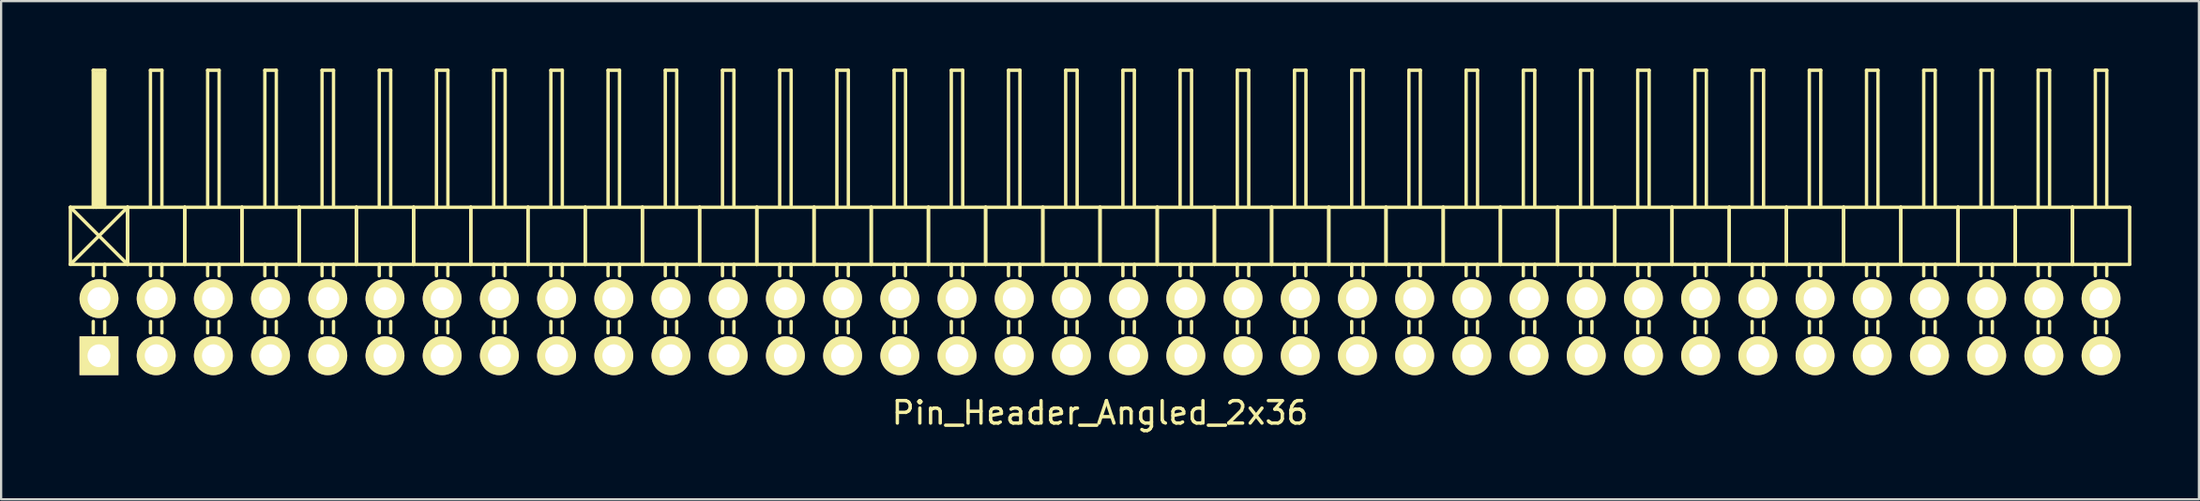
<source format=kicad_pcb>
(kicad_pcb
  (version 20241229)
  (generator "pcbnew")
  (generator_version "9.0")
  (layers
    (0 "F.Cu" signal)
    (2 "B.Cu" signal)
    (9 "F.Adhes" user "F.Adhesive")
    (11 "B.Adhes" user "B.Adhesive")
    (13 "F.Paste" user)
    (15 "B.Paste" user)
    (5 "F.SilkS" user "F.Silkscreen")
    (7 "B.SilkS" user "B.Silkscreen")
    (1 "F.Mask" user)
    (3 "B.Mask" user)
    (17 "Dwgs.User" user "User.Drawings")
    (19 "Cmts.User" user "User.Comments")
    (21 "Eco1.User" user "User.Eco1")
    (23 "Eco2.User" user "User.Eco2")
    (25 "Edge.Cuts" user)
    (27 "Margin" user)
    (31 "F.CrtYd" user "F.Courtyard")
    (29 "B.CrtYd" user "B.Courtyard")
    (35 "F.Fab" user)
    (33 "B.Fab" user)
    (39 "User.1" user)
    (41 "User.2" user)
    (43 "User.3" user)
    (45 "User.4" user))
  (footprint "Pin_Header_Angled_2x36"
    (layer "F.Cu")
    (at 45.795 11.505)
    (property "Reference" "Pin_Header_Angled_2x36" (at 0 3.81 0) (layer "F.SilkS") (effects (font (size 1 1) (thickness 0.15))))
    (attr through_hole)
    (fp_line (start -45.72 -5.334) (end -43.18 -2.794) (stroke (width 0.15) (type solid)) (layer "F.SilkS"))
    (fp_line (start -45.72 -2.794) (end -45.72 -5.334) (stroke (width 0.15) (type solid)) (layer "F.SilkS"))
    (fp_line (start -45.72 -2.794) (end -43.18 -5.334) (stroke (width 0.15) (type solid)) (layer "F.SilkS"))
    (fp_line (start -45.72 -2.794) (end -43.18 -2.794) (stroke (width 0.15) (type solid)) (layer "F.SilkS"))
    (fp_line (start -44.704 -11.43) (end -44.196 -11.43) (stroke (width 0.15) (type solid)) (layer "F.SilkS"))
    (fp_line (start -44.704 -5.334) (end -44.704 -11.43) (stroke (width 0.15) (type solid)) (layer "F.SilkS"))
    (fp_line (start -44.704 -2.794) (end -44.704 -2.286) (stroke (width 0.15) (type solid)) (layer "F.SilkS"))
    (fp_line (start -44.704 -0.254) (end -44.704 0.254) (stroke (width 0.15) (type solid)) (layer "F.SilkS"))
    (fp_line (start -44.577 -11.303) (end -44.323 -11.303) (stroke (width 0.15) (type solid)) (layer "F.SilkS"))
    (fp_line (start -44.577 -5.334) (end -44.577 -11.303) (stroke (width 0.15) (type solid)) (layer "F.SilkS"))
    (fp_line (start -44.45 -5.461) (end -44.45 -11.303) (stroke (width 0.15) (type solid)) (layer "F.SilkS"))
    (fp_line (start -44.323 -11.303) (end -44.323 -5.461) (stroke (width 0.15) (type solid)) (layer "F.SilkS"))
    (fp_line (start -44.323 -5.461) (end -44.45 -5.461) (stroke (width 0.15) (type solid)) (layer "F.SilkS"))
    (fp_line (start -44.196 -11.43) (end -44.196 -5.334) (stroke (width 0.15) (type solid)) (layer "F.SilkS"))
    (fp_line (start -44.196 -2.794) (end -44.196 -2.286) (stroke (width 0.15) (type solid)) (layer "F.SilkS"))
    (fp_line (start -44.196 -0.254) (end -44.196 0.254) (stroke (width 0.15) (type solid)) (layer "F.SilkS"))
    (fp_line (start -43.18 -5.334) (end -45.72 -5.334) (stroke (width 0.15) (type solid)) (layer "F.SilkS"))
    (fp_line (start -43.18 -2.794) (end -43.18 -5.334) (stroke (width 0.15) (type solid)) (layer "F.SilkS"))
    (fp_line (start -43.18 -2.794) (end -43.18 -5.334) (stroke (width 0.15) (type solid)) (layer "F.SilkS"))
    (fp_line (start -43.18 -2.794) (end -40.64 -2.794) (stroke (width 0.15) (type solid)) (layer "F.SilkS"))
    (fp_line (start -42.164 -11.43) (end -41.656 -11.43) (stroke (width 0.15) (type solid)) (layer "F.SilkS"))
    (fp_line (start -42.164 -5.334) (end -42.164 -11.43) (stroke (width 0.15) (type solid)) (layer "F.SilkS"))
    (fp_line (start -42.164 -2.794) (end -42.164 -2.286) (stroke (width 0.15) (type solid)) (layer "F.SilkS"))
    (fp_line (start -42.164 -0.254) (end -42.164 0.254) (stroke (width 0.15) (type solid)) (layer "F.SilkS"))
    (fp_line (start -41.656 -11.43) (end -41.656 -5.334) (stroke (width 0.15) (type solid)) (layer "F.SilkS"))
    (fp_line (start -41.656 -2.794) (end -41.656 -2.286) (stroke (width 0.15) (type solid)) (layer "F.SilkS"))
    (fp_line (start -41.656 -0.254) (end -41.656 0.254) (stroke (width 0.15) (type solid)) (layer "F.SilkS"))
    (fp_line (start -40.64 -5.334) (end -43.18 -5.334) (stroke (width 0.15) (type solid)) (layer "F.SilkS"))
    (fp_line (start -40.64 -2.794) (end -40.64 -5.334) (stroke (width 0.15) (type solid)) (layer "F.SilkS"))
    (fp_line (start -40.64 -2.794) (end -40.64 -5.334) (stroke (width 0.15) (type solid)) (layer "F.SilkS"))
    (fp_line (start -40.64 -2.794) (end -38.1 -2.794) (stroke (width 0.15) (type solid)) (layer "F.SilkS"))
    (fp_line (start -39.624 -11.43) (end -39.116 -11.43) (stroke (width 0.15) (type solid)) (layer "F.SilkS"))
    (fp_line (start -39.624 -5.334) (end -39.624 -11.43) (stroke (width 0.15) (type solid)) (layer "F.SilkS"))
    (fp_line (start -39.624 -2.794) (end -39.624 -2.286) (stroke (width 0.15) (type solid)) (layer "F.SilkS"))
    (fp_line (start -39.624 -0.254) (end -39.624 0.254) (stroke (width 0.15) (type solid)) (layer "F.SilkS"))
    (fp_line (start -39.116 -11.43) (end -39.116 -5.334) (stroke (width 0.15) (type solid)) (layer "F.SilkS"))
    (fp_line (start -39.116 -2.794) (end -39.116 -2.286) (stroke (width 0.15) (type solid)) (layer "F.SilkS"))
    (fp_line (start -39.116 -0.254) (end -39.116 0.254) (stroke (width 0.15) (type solid)) (layer "F.SilkS"))
    (fp_line (start -38.1 -5.334) (end -40.64 -5.334) (stroke (width 0.15) (type solid)) (layer "F.SilkS"))
    (fp_line (start -38.1 -2.794) (end -38.1 -5.334) (stroke (width 0.15) (type solid)) (layer "F.SilkS"))
    (fp_line (start -38.1 -2.794) (end -38.1 -5.334) (stroke (width 0.15) (type solid)) (layer "F.SilkS"))
    (fp_line (start -38.1 -2.794) (end -35.56 -2.794) (stroke (width 0.15) (type solid)) (layer "F.SilkS"))
    (fp_line (start -37.084 -11.43) (end -36.576 -11.43) (stroke (width 0.15) (type solid)) (layer "F.SilkS"))
    (fp_line (start -37.084 -5.334) (end -37.084 -11.43) (stroke (width 0.15) (type solid)) (layer "F.SilkS"))
    (fp_line (start -37.084 -2.794) (end -37.084 -2.286) (stroke (width 0.15) (type solid)) (layer "F.SilkS"))
    (fp_line (start -37.084 -0.254) (end -37.084 0.254) (stroke (width 0.15) (type solid)) (layer "F.SilkS"))
    (fp_line (start -36.576 -11.43) (end -36.576 -5.334) (stroke (width 0.15) (type solid)) (layer "F.SilkS"))
    (fp_line (start -36.576 -2.794) (end -36.576 -2.286) (stroke (width 0.15) (type solid)) (layer "F.SilkS"))
    (fp_line (start -36.576 -0.254) (end -36.576 0.254) (stroke (width 0.15) (type solid)) (layer "F.SilkS"))
    (fp_line (start -35.56 -5.334) (end -38.1 -5.334) (stroke (width 0.15) (type solid)) (layer "F.SilkS"))
    (fp_line (start -35.56 -2.794) (end -35.56 -5.334) (stroke (width 0.15) (type solid)) (layer "F.SilkS"))
    (fp_line (start -35.56 -2.794) (end -35.56 -5.334) (stroke (width 0.15) (type solid)) (layer "F.SilkS"))
    (fp_line (start -35.56 -2.794) (end -33.02 -2.794) (stroke (width 0.15) (type solid)) (layer "F.SilkS"))
    (fp_line (start -34.544 -11.43) (end -34.036 -11.43) (stroke (width 0.15) (type solid)) (layer "F.SilkS"))
    (fp_line (start -34.544 -5.334) (end -34.544 -11.43) (stroke (width 0.15) (type solid)) (layer "F.SilkS"))
    (fp_line (start -34.544 -2.794) (end -34.544 -2.286) (stroke (width 0.15) (type solid)) (layer "F.SilkS"))
    (fp_line (start -34.544 -0.254) (end -34.544 0.254) (stroke (width 0.15) (type solid)) (layer "F.SilkS"))
    (fp_line (start -34.036 -11.43) (end -34.036 -5.334) (stroke (width 0.15) (type solid)) (layer "F.SilkS"))
    (fp_line (start -34.036 -2.794) (end -34.036 -2.286) (stroke (width 0.15) (type solid)) (layer "F.SilkS"))
    (fp_line (start -34.036 -0.254) (end -34.036 0.254) (stroke (width 0.15) (type solid)) (layer "F.SilkS"))
    (fp_line (start -33.02 -5.334) (end -35.56 -5.334) (stroke (width 0.15) (type solid)) (layer "F.SilkS"))
    (fp_line (start -33.02 -2.794) (end -33.02 -5.334) (stroke (width 0.15) (type solid)) (layer "F.SilkS"))
    (fp_line (start -33.02 -2.794) (end -33.02 -5.334) (stroke (width 0.15) (type solid)) (layer "F.SilkS"))
    (fp_line (start -33.02 -2.794) (end -30.48 -2.794) (stroke (width 0.15) (type solid)) (layer "F.SilkS"))
    (fp_line (start -32.004 -11.43) (end -31.496 -11.43) (stroke (width 0.15) (type solid)) (layer "F.SilkS"))
    (fp_line (start -32.004 -5.334) (end -32.004 -11.43) (stroke (width 0.15) (type solid)) (layer "F.SilkS"))
    (fp_line (start -32.004 -2.794) (end -32.004 -2.286) (stroke (width 0.15) (type solid)) (layer "F.SilkS"))
    (fp_line (start -32.004 -0.254) (end -32.004 0.254) (stroke (width 0.15) (type solid)) (layer "F.SilkS"))
    (fp_line (start -31.496 -11.43) (end -31.496 -5.334) (stroke (width 0.15) (type solid)) (layer "F.SilkS"))
    (fp_line (start -31.496 -2.794) (end -31.496 -2.286) (stroke (width 0.15) (type solid)) (layer "F.SilkS"))
    (fp_line (start -31.496 -0.254) (end -31.496 0.254) (stroke (width 0.15) (type solid)) (layer "F.SilkS"))
    (fp_line (start -30.48 -5.334) (end -33.02 -5.334) (stroke (width 0.15) (type solid)) (layer "F.SilkS"))
    (fp_line (start -30.48 -2.794) (end -30.48 -5.334) (stroke (width 0.15) (type solid)) (layer "F.SilkS"))
    (fp_line (start -30.48 -2.794) (end -30.48 -5.334) (stroke (width 0.15) (type solid)) (layer "F.SilkS"))
    (fp_line (start -30.48 -2.794) (end -27.94 -2.794) (stroke (width 0.15) (type solid)) (layer "F.SilkS"))
    (fp_line (start -29.464 -11.43) (end -28.956 -11.43) (stroke (width 0.15) (type solid)) (layer "F.SilkS"))
    (fp_line (start -29.464 -5.334) (end -29.464 -11.43) (stroke (width 0.15) (type solid)) (layer "F.SilkS"))
    (fp_line (start -29.464 -2.794) (end -29.464 -2.286) (stroke (width 0.15) (type solid)) (layer "F.SilkS"))
    (fp_line (start -29.464 -0.254) (end -29.464 0.254) (stroke (width 0.15) (type solid)) (layer "F.SilkS"))
    (fp_line (start -28.956 -11.43) (end -28.956 -5.334) (stroke (width 0.15) (type solid)) (layer "F.SilkS"))
    (fp_line (start -28.956 -2.794) (end -28.956 -2.286) (stroke (width 0.15) (type solid)) (layer "F.SilkS"))
    (fp_line (start -28.956 -0.254) (end -28.956 0.254) (stroke (width 0.15) (type solid)) (layer "F.SilkS"))
    (fp_line (start -27.94 -5.334) (end -30.48 -5.334) (stroke (width 0.15) (type solid)) (layer "F.SilkS"))
    (fp_line (start -27.94 -2.794) (end -27.94 -5.334) (stroke (width 0.15) (type solid)) (layer "F.SilkS"))
    (fp_line (start -27.94 -2.794) (end -27.94 -5.334) (stroke (width 0.15) (type solid)) (layer "F.SilkS"))
    (fp_line (start -27.94 -2.794) (end -25.4 -2.794) (stroke (width 0.15) (type solid)) (layer "F.SilkS"))
    (fp_line (start -26.924 -11.43) (end -26.416 -11.43) (stroke (width 0.15) (type solid)) (layer "F.SilkS"))
    (fp_line (start -26.924 -5.334) (end -26.924 -11.43) (stroke (width 0.15) (type solid)) (layer "F.SilkS"))
    (fp_line (start -26.924 -2.794) (end -26.924 -2.286) (stroke (width 0.15) (type solid)) (layer "F.SilkS"))
    (fp_line (start -26.924 -0.254) (end -26.924 0.254) (stroke (width 0.15) (type solid)) (layer "F.SilkS"))
    (fp_line (start -26.416 -11.43) (end -26.416 -5.334) (stroke (width 0.15) (type solid)) (layer "F.SilkS"))
    (fp_line (start -26.416 -2.794) (end -26.416 -2.286) (stroke (width 0.15) (type solid)) (layer "F.SilkS"))
    (fp_line (start -26.416 -0.254) (end -26.416 0.254) (stroke (width 0.15) (type solid)) (layer "F.SilkS"))
    (fp_line (start -25.4 -5.334) (end -27.94 -5.334) (stroke (width 0.15) (type solid)) (layer "F.SilkS"))
    (fp_line (start -25.4 -2.794) (end -25.4 -5.334) (stroke (width 0.15) (type solid)) (layer "F.SilkS"))
    (fp_line (start -25.4 -2.794) (end -25.4 -5.334) (stroke (width 0.15) (type solid)) (layer "F.SilkS"))
    (fp_line (start -25.4 -2.794) (end -22.86 -2.794) (stroke (width 0.15) (type solid)) (layer "F.SilkS"))
    (fp_line (start -24.384 -11.43) (end -23.876 -11.43) (stroke (width 0.15) (type solid)) (layer "F.SilkS"))
    (fp_line (start -24.384 -5.334) (end -24.384 -11.43) (stroke (width 0.15) (type solid)) (layer "F.SilkS"))
    (fp_line (start -24.384 -2.794) (end -24.384 -2.286) (stroke (width 0.15) (type solid)) (layer "F.SilkS"))
    (fp_line (start -24.384 -0.254) (end -24.384 0.254) (stroke (width 0.15) (type solid)) (layer "F.SilkS"))
    (fp_line (start -23.876 -11.43) (end -23.876 -5.334) (stroke (width 0.15) (type solid)) (layer "F.SilkS"))
    (fp_line (start -23.876 -2.794) (end -23.876 -2.286) (stroke (width 0.15) (type solid)) (layer "F.SilkS"))
    (fp_line (start -23.876 -0.254) (end -23.876 0.254) (stroke (width 0.15) (type solid)) (layer "F.SilkS"))
    (fp_line (start -22.86 -5.334) (end -25.4 -5.334) (stroke (width 0.15) (type solid)) (layer "F.SilkS"))
    (fp_line (start -22.86 -2.794) (end -22.86 -5.334) (stroke (width 0.15) (type solid)) (layer "F.SilkS"))
    (fp_line (start -22.86 -2.794) (end -22.86 -5.334) (stroke (width 0.15) (type solid)) (layer "F.SilkS"))
    (fp_line (start -22.86 -2.794) (end -20.32 -2.794) (stroke (width 0.15) (type solid)) (layer "F.SilkS"))
    (fp_line (start -21.844 -11.43) (end -21.336 -11.43) (stroke (width 0.15) (type solid)) (layer "F.SilkS"))
    (fp_line (start -21.844 -5.334) (end -21.844 -11.43) (stroke (width 0.15) (type solid)) (layer "F.SilkS"))
    (fp_line (start -21.844 -2.794) (end -21.844 -2.286) (stroke (width 0.15) (type solid)) (layer "F.SilkS"))
    (fp_line (start -21.844 -0.254) (end -21.844 0.254) (stroke (width 0.15) (type solid)) (layer "F.SilkS"))
    (fp_line (start -21.336 -11.43) (end -21.336 -5.334) (stroke (width 0.15) (type solid)) (layer "F.SilkS"))
    (fp_line (start -21.336 -2.794) (end -21.336 -2.286) (stroke (width 0.15) (type solid)) (layer "F.SilkS"))
    (fp_line (start -21.336 -0.254) (end -21.336 0.254) (stroke (width 0.15) (type solid)) (layer "F.SilkS"))
    (fp_line (start -20.32 -5.334) (end -22.86 -5.334) (stroke (width 0.15) (type solid)) (layer "F.SilkS"))
    (fp_line (start -20.32 -2.794) (end -20.32 -5.334) (stroke (width 0.15) (type solid)) (layer "F.SilkS"))
    (fp_line (start -20.32 -2.794) (end -20.32 -5.334) (stroke (width 0.15) (type solid)) (layer "F.SilkS"))
    (fp_line (start -20.32 -2.794) (end -17.78 -2.794) (stroke (width 0.15) (type solid)) (layer "F.SilkS"))
    (fp_line (start -19.304 -11.43) (end -18.796 -11.43) (stroke (width 0.15) (type solid)) (layer "F.SilkS"))
    (fp_line (start -19.304 -5.334) (end -19.304 -11.43) (stroke (width 0.15) (type solid)) (layer "F.SilkS"))
    (fp_line (start -19.304 -2.794) (end -19.304 -2.286) (stroke (width 0.15) (type solid)) (layer "F.SilkS"))
    (fp_line (start -19.304 -0.254) (end -19.304 0.254) (stroke (width 0.15) (type solid)) (layer "F.SilkS"))
    (fp_line (start -18.796 -11.43) (end -18.796 -5.334) (stroke (width 0.15) (type solid)) (layer "F.SilkS"))
    (fp_line (start -18.796 -2.794) (end -18.796 -2.286) (stroke (width 0.15) (type solid)) (layer "F.SilkS"))
    (fp_line (start -18.796 -0.254) (end -18.796 0.254) (stroke (width 0.15) (type solid)) (layer "F.SilkS"))
    (fp_line (start -17.78 -5.334) (end -20.32 -5.334) (stroke (width 0.15) (type solid)) (layer "F.SilkS"))
    (fp_line (start -17.78 -2.794) (end -17.78 -5.334) (stroke (width 0.15) (type solid)) (layer "F.SilkS"))
    (fp_line (start -17.78 -2.794) (end -17.78 -5.334) (stroke (width 0.15) (type solid)) (layer "F.SilkS"))
    (fp_line (start -17.78 -2.794) (end -15.24 -2.794) (stroke (width 0.15) (type solid)) (layer "F.SilkS"))
    (fp_line (start -16.764 -11.43) (end -16.256 -11.43) (stroke (width 0.15) (type solid)) (layer "F.SilkS"))
    (fp_line (start -16.764 -5.334) (end -16.764 -11.43) (stroke (width 0.15) (type solid)) (layer "F.SilkS"))
    (fp_line (start -16.764 -2.794) (end -16.764 -2.286) (stroke (width 0.15) (type solid)) (layer "F.SilkS"))
    (fp_line (start -16.764 -0.254) (end -16.764 0.254) (stroke (width 0.15) (type solid)) (layer "F.SilkS"))
    (fp_line (start -16.256 -11.43) (end -16.256 -5.334) (stroke (width 0.15) (type solid)) (layer "F.SilkS"))
    (fp_line (start -16.256 -2.794) (end -16.256 -2.286) (stroke (width 0.15) (type solid)) (layer "F.SilkS"))
    (fp_line (start -16.256 -0.254) (end -16.256 0.254) (stroke (width 0.15) (type solid)) (layer "F.SilkS"))
    (fp_line (start -15.24 -5.334) (end -17.78 -5.334) (stroke (width 0.15) (type solid)) (layer "F.SilkS"))
    (fp_line (start -15.24 -2.794) (end -15.24 -5.334) (stroke (width 0.15) (type solid)) (layer "F.SilkS"))
    (fp_line (start -15.24 -2.794) (end -15.24 -5.334) (stroke (width 0.15) (type solid)) (layer "F.SilkS"))
    (fp_line (start -15.24 -2.794) (end -12.7 -2.794) (stroke (width 0.15) (type solid)) (layer "F.SilkS"))
    (fp_line (start -14.224 -11.43) (end -13.716 -11.43) (stroke (width 0.15) (type solid)) (layer "F.SilkS"))
    (fp_line (start -14.224 -5.334) (end -14.224 -11.43) (stroke (width 0.15) (type solid)) (layer "F.SilkS"))
    (fp_line (start -14.224 -2.794) (end -14.224 -2.286) (stroke (width 0.15) (type solid)) (layer "F.SilkS"))
    (fp_line (start -14.224 -0.254) (end -14.224 0.254) (stroke (width 0.15) (type solid)) (layer "F.SilkS"))
    (fp_line (start -13.716 -11.43) (end -13.716 -5.334) (stroke (width 0.15) (type solid)) (layer "F.SilkS"))
    (fp_line (start -13.716 -2.794) (end -13.716 -2.286) (stroke (width 0.15) (type solid)) (layer "F.SilkS"))
    (fp_line (start -13.716 -0.254) (end -13.716 0.254) (stroke (width 0.15) (type solid)) (layer "F.SilkS"))
    (fp_line (start -12.7 -5.334) (end -15.24 -5.334) (stroke (width 0.15) (type solid)) (layer "F.SilkS"))
    (fp_line (start -12.7 -2.794) (end -12.7 -5.334) (stroke (width 0.15) (type solid)) (layer "F.SilkS"))
    (fp_line (start -12.7 -2.794) (end -12.7 -5.334) (stroke (width 0.15) (type solid)) (layer "F.SilkS"))
    (fp_line (start -12.7 -2.794) (end -10.16 -2.794) (stroke (width 0.15) (type solid)) (layer "F.SilkS"))
    (fp_line (start -11.684 -11.43) (end -11.176 -11.43) (stroke (width 0.15) (type solid)) (layer "F.SilkS"))
    (fp_line (start -11.684 -5.334) (end -11.684 -11.43) (stroke (width 0.15) (type solid)) (layer "F.SilkS"))
    (fp_line (start -11.684 -2.794) (end -11.684 -2.286) (stroke (width 0.15) (type solid)) (layer "F.SilkS"))
    (fp_line (start -11.684 -0.254) (end -11.684 0.254) (stroke (width 0.15) (type solid)) (layer "F.SilkS"))
    (fp_line (start -11.176 -11.43) (end -11.176 -5.334) (stroke (width 0.15) (type solid)) (layer "F.SilkS"))
    (fp_line (start -11.176 -2.794) (end -11.176 -2.286) (stroke (width 0.15) (type solid)) (layer "F.SilkS"))
    (fp_line (start -11.176 -0.254) (end -11.176 0.254) (stroke (width 0.15) (type solid)) (layer "F.SilkS"))
    (fp_line (start -10.16 -5.334) (end -12.7 -5.334) (stroke (width 0.15) (type solid)) (layer "F.SilkS"))
    (fp_line (start -10.16 -2.794) (end -10.16 -5.334) (stroke (width 0.15) (type solid)) (layer "F.SilkS"))
    (fp_line (start -10.16 -2.794) (end -10.16 -5.334) (stroke (width 0.15) (type solid)) (layer "F.SilkS"))
    (fp_line (start -10.16 -2.794) (end -7.62 -2.794) (stroke (width 0.15) (type solid)) (layer "F.SilkS"))
    (fp_line (start -9.144 -11.43) (end -8.636 -11.43) (stroke (width 0.15) (type solid)) (layer "F.SilkS"))
    (fp_line (start -9.144 -5.334) (end -9.144 -11.43) (stroke (width 0.15) (type solid)) (layer "F.SilkS"))
    (fp_line (start -9.144 -2.794) (end -9.144 -2.286) (stroke (width 0.15) (type solid)) (layer "F.SilkS"))
    (fp_line (start -9.144 -0.254) (end -9.144 0.254) (stroke (width 0.15) (type solid)) (layer "F.SilkS"))
    (fp_line (start -8.636 -11.43) (end -8.636 -5.334) (stroke (width 0.15) (type solid)) (layer "F.SilkS"))
    (fp_line (start -8.636 -2.794) (end -8.636 -2.286) (stroke (width 0.15) (type solid)) (layer "F.SilkS"))
    (fp_line (start -8.636 -0.254) (end -8.636 0.254) (stroke (width 0.15) (type solid)) (layer "F.SilkS"))
    (fp_line (start -7.62 -5.334) (end -10.16 -5.334) (stroke (width 0.15) (type solid)) (layer "F.SilkS"))
    (fp_line (start -7.62 -2.794) (end -7.62 -5.334) (stroke (width 0.15) (type solid)) (layer "F.SilkS"))
    (fp_line (start -7.62 -2.794) (end -7.62 -5.334) (stroke (width 0.15) (type solid)) (layer "F.SilkS"))
    (fp_line (start -7.62 -2.794) (end -5.08 -2.794) (stroke (width 0.15) (type solid)) (layer "F.SilkS"))
    (fp_line (start -6.604 -11.43) (end -6.096 -11.43) (stroke (width 0.15) (type solid)) (layer "F.SilkS"))
    (fp_line (start -6.604 -5.334) (end -6.604 -11.43) (stroke (width 0.15) (type solid)) (layer "F.SilkS"))
    (fp_line (start -6.604 -2.794) (end -6.604 -2.286) (stroke (width 0.15) (type solid)) (layer "F.SilkS"))
    (fp_line (start -6.604 -0.254) (end -6.604 0.254) (stroke (width 0.15) (type solid)) (layer "F.SilkS"))
    (fp_line (start -6.096 -11.43) (end -6.096 -5.334) (stroke (width 0.15) (type solid)) (layer "F.SilkS"))
    (fp_line (start -6.096 -2.794) (end -6.096 -2.286) (stroke (width 0.15) (type solid)) (layer "F.SilkS"))
    (fp_line (start -6.096 -0.254) (end -6.096 0.254) (stroke (width 0.15) (type solid)) (layer "F.SilkS"))
    (fp_line (start -5.08 -5.334) (end -7.62 -5.334) (stroke (width 0.15) (type solid)) (layer "F.SilkS"))
    (fp_line (start -5.08 -2.794) (end -5.08 -5.334) (stroke (width 0.15) (type solid)) (layer "F.SilkS"))
    (fp_line (start -5.08 -2.794) (end -5.08 -5.334) (stroke (width 0.15) (type solid)) (layer "F.SilkS"))
    (fp_line (start -5.08 -2.794) (end -2.54 -2.794) (stroke (width 0.15) (type solid)) (layer "F.SilkS"))
    (fp_line (start -4.064 -11.43) (end -3.556 -11.43) (stroke (width 0.15) (type solid)) (layer "F.SilkS"))
    (fp_line (start -4.064 -5.334) (end -4.064 -11.43) (stroke (width 0.15) (type solid)) (layer "F.SilkS"))
    (fp_line (start -4.064 -2.794) (end -4.064 -2.286) (stroke (width 0.15) (type solid)) (layer "F.SilkS"))
    (fp_line (start -4.064 -0.254) (end -4.064 0.254) (stroke (width 0.15) (type solid)) (layer "F.SilkS"))
    (fp_line (start -3.556 -11.43) (end -3.556 -5.334) (stroke (width 0.15) (type solid)) (layer "F.SilkS"))
    (fp_line (start -3.556 -2.794) (end -3.556 -2.286) (stroke (width 0.15) (type solid)) (layer "F.SilkS"))
    (fp_line (start -3.556 -0.254) (end -3.556 0.254) (stroke (width 0.15) (type solid)) (layer "F.SilkS"))
    (fp_line (start -2.54 -5.334) (end -5.08 -5.334) (stroke (width 0.15) (type solid)) (layer "F.SilkS"))
    (fp_line (start -2.54 -2.794) (end -2.54 -5.334) (stroke (width 0.15) (type solid)) (layer "F.SilkS"))
    (fp_line (start -2.54 -2.794) (end -2.54 -5.334) (stroke (width 0.15) (type solid)) (layer "F.SilkS"))
    (fp_line (start -2.54 -2.794) (end 0 -2.794) (stroke (width 0.15) (type solid)) (layer "F.SilkS"))
    (fp_line (start -1.524 -11.43) (end -1.016 -11.43) (stroke (width 0.15) (type solid)) (layer "F.SilkS"))
    (fp_line (start -1.524 -5.334) (end -1.524 -11.43) (stroke (width 0.15) (type solid)) (layer "F.SilkS"))
    (fp_line (start -1.524 -2.794) (end -1.524 -2.286) (stroke (width 0.15) (type solid)) (layer "F.SilkS"))
    (fp_line (start -1.524 -0.254) (end -1.524 0.254) (stroke (width 0.15) (type solid)) (layer "F.SilkS"))
    (fp_line (start -1.016 -11.43) (end -1.016 -5.334) (stroke (width 0.15) (type solid)) (layer "F.SilkS"))
    (fp_line (start -1.016 -2.794) (end -1.016 -2.286) (stroke (width 0.15) (type solid)) (layer "F.SilkS"))
    (fp_line (start -1.016 -0.254) (end -1.016 0.254) (stroke (width 0.15) (type solid)) (layer "F.SilkS"))
    (fp_line (start 0 -5.334) (end -2.54 -5.334) (stroke (width 0.15) (type solid)) (layer "F.SilkS"))
    (fp_line (start 0 -2.794) (end 0 -5.334) (stroke (width 0.15) (type solid)) (layer "F.SilkS"))
    (fp_line (start 0 -2.794) (end 0 -5.334) (stroke (width 0.15) (type solid)) (layer "F.SilkS"))
    (fp_line (start 0 -2.794) (end 2.54 -2.794) (stroke (width 0.15) (type solid)) (layer "F.SilkS"))
    (fp_line (start 1.016 -11.43) (end 1.524 -11.43) (stroke (width 0.15) (type solid)) (layer "F.SilkS"))
    (fp_line (start 1.016 -5.334) (end 1.016 -11.43) (stroke (width 0.15) (type solid)) (layer "F.SilkS"))
    (fp_line (start 1.016 -2.794) (end 1.016 -2.286) (stroke (width 0.15) (type solid)) (layer "F.SilkS"))
    (fp_line (start 1.016 -0.254) (end 1.016 0.254) (stroke (width 0.15) (type solid)) (layer "F.SilkS"))
    (fp_line (start 1.524 -11.43) (end 1.524 -5.334) (stroke (width 0.15) (type solid)) (layer "F.SilkS"))
    (fp_line (start 1.524 -2.794) (end 1.524 -2.286) (stroke (width 0.15) (type solid)) (layer "F.SilkS"))
    (fp_line (start 1.524 -0.254) (end 1.524 0.254) (stroke (width 0.15) (type solid)) (layer "F.SilkS"))
    (fp_line (start 2.54 -5.334) (end 0 -5.334) (stroke (width 0.15) (type solid)) (layer "F.SilkS"))
    (fp_line (start 2.54 -2.794) (end 2.54 -5.334) (stroke (width 0.15) (type solid)) (layer "F.SilkS"))
    (fp_line (start 2.54 -2.794) (end 2.54 -5.334) (stroke (width 0.15) (type solid)) (layer "F.SilkS"))
    (fp_line (start 2.54 -2.794) (end 5.08 -2.794) (stroke (width 0.15) (type solid)) (layer "F.SilkS"))
    (fp_line (start 3.556 -11.43) (end 4.064 -11.43) (stroke (width 0.15) (type solid)) (layer "F.SilkS"))
    (fp_line (start 3.556 -5.334) (end 3.556 -11.43) (stroke (width 0.15) (type solid)) (layer "F.SilkS"))
    (fp_line (start 3.556 -2.794) (end 3.556 -2.286) (stroke (width 0.15) (type solid)) (layer "F.SilkS"))
    (fp_line (start 3.556 -0.254) (end 3.556 0.254) (stroke (width 0.15) (type solid)) (layer "F.SilkS"))
    (fp_line (start 4.064 -11.43) (end 4.064 -5.334) (stroke (width 0.15) (type solid)) (layer "F.SilkS"))
    (fp_line (start 4.064 -2.794) (end 4.064 -2.286) (stroke (width 0.15) (type solid)) (layer "F.SilkS"))
    (fp_line (start 4.064 -0.254) (end 4.064 0.254) (stroke (width 0.15) (type solid)) (layer "F.SilkS"))
    (fp_line (start 5.08 -5.334) (end 2.54 -5.334) (stroke (width 0.15) (type solid)) (layer "F.SilkS"))
    (fp_line (start 5.08 -2.794) (end 5.08 -5.334) (stroke (width 0.15) (type solid)) (layer "F.SilkS"))
    (fp_line (start 5.08 -2.794) (end 5.08 -5.334) (stroke (width 0.15) (type solid)) (layer "F.SilkS"))
    (fp_line (start 5.08 -2.794) (end 7.62 -2.794) (stroke (width 0.15) (type solid)) (layer "F.SilkS"))
    (fp_line (start 6.096 -11.43) (end 6.604 -11.43) (stroke (width 0.15) (type solid)) (layer "F.SilkS"))
    (fp_line (start 6.096 -5.334) (end 6.096 -11.43) (stroke (width 0.15) (type solid)) (layer "F.SilkS"))
    (fp_line (start 6.096 -2.794) (end 6.096 -2.286) (stroke (width 0.15) (type solid)) (layer "F.SilkS"))
    (fp_line (start 6.096 -0.254) (end 6.096 0.254) (stroke (width 0.15) (type solid)) (layer "F.SilkS"))
    (fp_line (start 6.604 -11.43) (end 6.604 -5.334) (stroke (width 0.15) (type solid)) (layer "F.SilkS"))
    (fp_line (start 6.604 -2.794) (end 6.604 -2.286) (stroke (width 0.15) (type solid)) (layer "F.SilkS"))
    (fp_line (start 6.604 -0.254) (end 6.604 0.254) (stroke (width 0.15) (type solid)) (layer "F.SilkS"))
    (fp_line (start 7.62 -5.334) (end 5.08 -5.334) (stroke (width 0.15) (type solid)) (layer "F.SilkS"))
    (fp_line (start 7.62 -2.794) (end 7.62 -5.334) (stroke (width 0.15) (type solid)) (layer "F.SilkS"))
    (fp_line (start 7.62 -2.794) (end 7.62 -5.334) (stroke (width 0.15) (type solid)) (layer "F.SilkS"))
    (fp_line (start 7.62 -2.794) (end 10.16 -2.794) (stroke (width 0.15) (type solid)) (layer "F.SilkS"))
    (fp_line (start 8.636 -11.43) (end 9.144 -11.43) (stroke (width 0.15) (type solid)) (layer "F.SilkS"))
    (fp_line (start 8.636 -5.334) (end 8.636 -11.43) (stroke (width 0.15) (type solid)) (layer "F.SilkS"))
    (fp_line (start 8.636 -2.794) (end 8.636 -2.286) (stroke (width 0.15) (type solid)) (layer "F.SilkS"))
    (fp_line (start 8.636 -0.254) (end 8.636 0.254) (stroke (width 0.15) (type solid)) (layer "F.SilkS"))
    (fp_line (start 9.144 -11.43) (end 9.144 -5.334) (stroke (width 0.15) (type solid)) (layer "F.SilkS"))
    (fp_line (start 9.144 -2.794) (end 9.144 -2.286) (stroke (width 0.15) (type solid)) (layer "F.SilkS"))
    (fp_line (start 9.144 -0.254) (end 9.144 0.254) (stroke (width 0.15) (type solid)) (layer "F.SilkS"))
    (fp_line (start 10.16 -5.334) (end 7.62 -5.334) (stroke (width 0.15) (type solid)) (layer "F.SilkS"))
    (fp_line (start 10.16 -2.794) (end 10.16 -5.334) (stroke (width 0.15) (type solid)) (layer "F.SilkS"))
    (fp_line (start 10.16 -2.794) (end 10.16 -5.334) (stroke (width 0.15) (type solid)) (layer "F.SilkS"))
    (fp_line (start 10.16 -2.794) (end 12.7 -2.794) (stroke (width 0.15) (type solid)) (layer "F.SilkS"))
    (fp_line (start 11.176 -11.43) (end 11.684 -11.43) (stroke (width 0.15) (type solid)) (layer "F.SilkS"))
    (fp_line (start 11.176 -5.334) (end 11.176 -11.43) (stroke (width 0.15) (type solid)) (layer "F.SilkS"))
    (fp_line (start 11.176 -2.794) (end 11.176 -2.286) (stroke (width 0.15) (type solid)) (layer "F.SilkS"))
    (fp_line (start 11.176 -0.254) (end 11.176 0.254) (stroke (width 0.15) (type solid)) (layer "F.SilkS"))
    (fp_line (start 11.684 -11.43) (end 11.684 -5.334) (stroke (width 0.15) (type solid)) (layer "F.SilkS"))
    (fp_line (start 11.684 -2.794) (end 11.684 -2.286) (stroke (width 0.15) (type solid)) (layer "F.SilkS"))
    (fp_line (start 11.684 -0.254) (end 11.684 0.254) (stroke (width 0.15) (type solid)) (layer "F.SilkS"))
    (fp_line (start 12.7 -5.334) (end 10.16 -5.334) (stroke (width 0.15) (type solid)) (layer "F.SilkS"))
    (fp_line (start 12.7 -2.794) (end 12.7 -5.334) (stroke (width 0.15) (type solid)) (layer "F.SilkS"))
    (fp_line (start 12.7 -2.794) (end 12.7 -5.334) (stroke (width 0.15) (type solid)) (layer "F.SilkS"))
    (fp_line (start 12.7 -2.794) (end 15.24 -2.794) (stroke (width 0.15) (type solid)) (layer "F.SilkS"))
    (fp_line (start 13.716 -11.43) (end 14.224 -11.43) (stroke (width 0.15) (type solid)) (layer "F.SilkS"))
    (fp_line (start 13.716 -5.334) (end 13.716 -11.43) (stroke (width 0.15) (type solid)) (layer "F.SilkS"))
    (fp_line (start 13.716 -2.794) (end 13.716 -2.286) (stroke (width 0.15) (type solid)) (layer "F.SilkS"))
    (fp_line (start 13.716 -0.254) (end 13.716 0.254) (stroke (width 0.15) (type solid)) (layer "F.SilkS"))
    (fp_line (start 14.224 -11.43) (end 14.224 -5.334) (stroke (width 0.15) (type solid)) (layer "F.SilkS"))
    (fp_line (start 14.224 -2.794) (end 14.224 -2.286) (stroke (width 0.15) (type solid)) (layer "F.SilkS"))
    (fp_line (start 14.224 -0.254) (end 14.224 0.254) (stroke (width 0.15) (type solid)) (layer "F.SilkS"))
    (fp_line (start 15.24 -5.334) (end 12.7 -5.334) (stroke (width 0.15) (type solid)) (layer "F.SilkS"))
    (fp_line (start 15.24 -2.794) (end 15.24 -5.334) (stroke (width 0.15) (type solid)) (layer "F.SilkS"))
    (fp_line (start 15.24 -2.794) (end 15.24 -5.334) (stroke (width 0.15) (type solid)) (layer "F.SilkS"))
    (fp_line (start 15.24 -2.794) (end 17.78 -2.794) (stroke (width 0.15) (type solid)) (layer "F.SilkS"))
    (fp_line (start 16.256 -11.43) (end 16.764 -11.43) (stroke (width 0.15) (type solid)) (layer "F.SilkS"))
    (fp_line (start 16.256 -5.334) (end 16.256 -11.43) (stroke (width 0.15) (type solid)) (layer "F.SilkS"))
    (fp_line (start 16.256 -2.794) (end 16.256 -2.286) (stroke (width 0.15) (type solid)) (layer "F.SilkS"))
    (fp_line (start 16.256 -0.254) (end 16.256 0.254) (stroke (width 0.15) (type solid)) (layer "F.SilkS"))
    (fp_line (start 16.764 -11.43) (end 16.764 -5.334) (stroke (width 0.15) (type solid)) (layer "F.SilkS"))
    (fp_line (start 16.764 -2.794) (end 16.764 -2.286) (stroke (width 0.15) (type solid)) (layer "F.SilkS"))
    (fp_line (start 16.764 -0.254) (end 16.764 0.254) (stroke (width 0.15) (type solid)) (layer "F.SilkS"))
    (fp_line (start 17.78 -5.334) (end 15.24 -5.334) (stroke (width 0.15) (type solid)) (layer "F.SilkS"))
    (fp_line (start 17.78 -2.794) (end 17.78 -5.334) (stroke (width 0.15) (type solid)) (layer "F.SilkS"))
    (fp_line (start 17.78 -2.794) (end 17.78 -5.334) (stroke (width 0.15) (type solid)) (layer "F.SilkS"))
    (fp_line (start 17.78 -2.794) (end 20.32 -2.794) (stroke (width 0.15) (type solid)) (layer "F.SilkS"))
    (fp_line (start 18.796 -11.43) (end 19.304 -11.43) (stroke (width 0.15) (type solid)) (layer "F.SilkS"))
    (fp_line (start 18.796 -5.334) (end 18.796 -11.43) (stroke (width 0.15) (type solid)) (layer "F.SilkS"))
    (fp_line (start 18.796 -2.794) (end 18.796 -2.286) (stroke (width 0.15) (type solid)) (layer "F.SilkS"))
    (fp_line (start 18.796 -0.254) (end 18.796 0.254) (stroke (width 0.15) (type solid)) (layer "F.SilkS"))
    (fp_line (start 19.304 -11.43) (end 19.304 -5.334) (stroke (width 0.15) (type solid)) (layer "F.SilkS"))
    (fp_line (start 19.304 -2.794) (end 19.304 -2.286) (stroke (width 0.15) (type solid)) (layer "F.SilkS"))
    (fp_line (start 19.304 -0.254) (end 19.304 0.254) (stroke (width 0.15) (type solid)) (layer "F.SilkS"))
    (fp_line (start 20.32 -5.334) (end 17.78 -5.334) (stroke (width 0.15) (type solid)) (layer "F.SilkS"))
    (fp_line (start 20.32 -2.794) (end 20.32 -5.334) (stroke (width 0.15) (type solid)) (layer "F.SilkS"))
    (fp_line (start 20.32 -2.794) (end 20.32 -5.334) (stroke (width 0.15) (type solid)) (layer "F.SilkS"))
    (fp_line (start 20.32 -2.794) (end 22.86 -2.794) (stroke (width 0.15) (type solid)) (layer "F.SilkS"))
    (fp_line (start 21.336 -11.43) (end 21.844 -11.43) (stroke (width 0.15) (type solid)) (layer "F.SilkS"))
    (fp_line (start 21.336 -5.334) (end 21.336 -11.43) (stroke (width 0.15) (type solid)) (layer "F.SilkS"))
    (fp_line (start 21.336 -2.794) (end 21.336 -2.286) (stroke (width 0.15) (type solid)) (layer "F.SilkS"))
    (fp_line (start 21.336 -0.254) (end 21.336 0.254) (stroke (width 0.15) (type solid)) (layer "F.SilkS"))
    (fp_line (start 21.844 -11.43) (end 21.844 -5.334) (stroke (width 0.15) (type solid)) (layer "F.SilkS"))
    (fp_line (start 21.844 -2.794) (end 21.844 -2.286) (stroke (width 0.15) (type solid)) (layer "F.SilkS"))
    (fp_line (start 21.844 -0.254) (end 21.844 0.254) (stroke (width 0.15) (type solid)) (layer "F.SilkS"))
    (fp_line (start 22.86 -5.334) (end 20.32 -5.334) (stroke (width 0.15) (type solid)) (layer "F.SilkS"))
    (fp_line (start 22.86 -2.794) (end 22.86 -5.334) (stroke (width 0.15) (type solid)) (layer "F.SilkS"))
    (fp_line (start 22.86 -2.794) (end 22.86 -5.334) (stroke (width 0.15) (type solid)) (layer "F.SilkS"))
    (fp_line (start 22.86 -2.794) (end 25.4 -2.794) (stroke (width 0.15) (type solid)) (layer "F.SilkS"))
    (fp_line (start 23.876 -11.43) (end 24.384 -11.43) (stroke (width 0.15) (type solid)) (layer "F.SilkS"))
    (fp_line (start 23.876 -5.334) (end 23.876 -11.43) (stroke (width 0.15) (type solid)) (layer "F.SilkS"))
    (fp_line (start 23.876 -2.794) (end 23.876 -2.286) (stroke (width 0.15) (type solid)) (layer "F.SilkS"))
    (fp_line (start 23.876 -0.254) (end 23.876 0.254) (stroke (width 0.15) (type solid)) (layer "F.SilkS"))
    (fp_line (start 24.384 -11.43) (end 24.384 -5.334) (stroke (width 0.15) (type solid)) (layer "F.SilkS"))
    (fp_line (start 24.384 -2.794) (end 24.384 -2.286) (stroke (width 0.15) (type solid)) (layer "F.SilkS"))
    (fp_line (start 24.384 -0.254) (end 24.384 0.254) (stroke (width 0.15) (type solid)) (layer "F.SilkS"))
    (fp_line (start 25.4 -5.334) (end 22.86 -5.334) (stroke (width 0.15) (type solid)) (layer "F.SilkS"))
    (fp_line (start 25.4 -2.794) (end 25.4 -5.334) (stroke (width 0.15) (type solid)) (layer "F.SilkS"))
    (fp_line (start 25.4 -2.794) (end 25.4 -5.334) (stroke (width 0.15) (type solid)) (layer "F.SilkS"))
    (fp_line (start 25.4 -2.794) (end 27.94 -2.794) (stroke (width 0.15) (type solid)) (layer "F.SilkS"))
    (fp_line (start 26.416 -11.43) (end 26.924 -11.43) (stroke (width 0.15) (type solid)) (layer "F.SilkS"))
    (fp_line (start 26.416 -5.334) (end 26.416 -11.43) (stroke (width 0.15) (type solid)) (layer "F.SilkS"))
    (fp_line (start 26.416 -2.794) (end 26.416 -2.286) (stroke (width 0.15) (type solid)) (layer "F.SilkS"))
    (fp_line (start 26.416 -0.254) (end 26.416 0.254) (stroke (width 0.15) (type solid)) (layer "F.SilkS"))
    (fp_line (start 26.924 -11.43) (end 26.924 -5.334) (stroke (width 0.15) (type solid)) (layer "F.SilkS"))
    (fp_line (start 26.924 -2.794) (end 26.924 -2.286) (stroke (width 0.15) (type solid)) (layer "F.SilkS"))
    (fp_line (start 26.924 -0.254) (end 26.924 0.254) (stroke (width 0.15) (type solid)) (layer "F.SilkS"))
    (fp_line (start 27.94 -5.334) (end 25.4 -5.334) (stroke (width 0.15) (type solid)) (layer "F.SilkS"))
    (fp_line (start 27.94 -2.794) (end 27.94 -5.334) (stroke (width 0.15) (type solid)) (layer "F.SilkS"))
    (fp_line (start 27.94 -2.794) (end 27.94 -5.334) (stroke (width 0.15) (type solid)) (layer "F.SilkS"))
    (fp_line (start 27.94 -2.794) (end 30.48 -2.794) (stroke (width 0.15) (type solid)) (layer "F.SilkS"))
    (fp_line (start 28.956 -11.43) (end 29.464 -11.43) (stroke (width 0.15) (type solid)) (layer "F.SilkS"))
    (fp_line (start 28.956 -5.334) (end 28.956 -11.43) (stroke (width 0.15) (type solid)) (layer "F.SilkS"))
    (fp_line (start 28.956 -2.794) (end 28.956 -2.286) (stroke (width 0.15) (type solid)) (layer "F.SilkS"))
    (fp_line (start 28.956 -0.254) (end 28.956 0.254) (stroke (width 0.15) (type solid)) (layer "F.SilkS"))
    (fp_line (start 29.464 -11.43) (end 29.464 -5.334) (stroke (width 0.15) (type solid)) (layer "F.SilkS"))
    (fp_line (start 29.464 -2.794) (end 29.464 -2.286) (stroke (width 0.15) (type solid)) (layer "F.SilkS"))
    (fp_line (start 29.464 -0.254) (end 29.464 0.254) (stroke (width 0.15) (type solid)) (layer "F.SilkS"))
    (fp_line (start 30.48 -5.334) (end 27.94 -5.334) (stroke (width 0.15) (type solid)) (layer "F.SilkS"))
    (fp_line (start 30.48 -2.794) (end 30.48 -5.334) (stroke (width 0.15) (type solid)) (layer "F.SilkS"))
    (fp_line (start 30.48 -2.794) (end 30.48 -5.334) (stroke (width 0.15) (type solid)) (layer "F.SilkS"))
    (fp_line (start 30.48 -2.794) (end 33.02 -2.794) (stroke (width 0.15) (type solid)) (layer "F.SilkS"))
    (fp_line (start 31.496 -11.43) (end 32.004 -11.43) (stroke (width 0.15) (type solid)) (layer "F.SilkS"))
    (fp_line (start 31.496 -5.334) (end 31.496 -11.43) (stroke (width 0.15) (type solid)) (layer "F.SilkS"))
    (fp_line (start 31.496 -2.794) (end 31.496 -2.286) (stroke (width 0.15) (type solid)) (layer "F.SilkS"))
    (fp_line (start 31.496 -0.254) (end 31.496 0.254) (stroke (width 0.15) (type solid)) (layer "F.SilkS"))
    (fp_line (start 32.004 -11.43) (end 32.004 -5.334) (stroke (width 0.15) (type solid)) (layer "F.SilkS"))
    (fp_line (start 32.004 -2.794) (end 32.004 -2.286) (stroke (width 0.15) (type solid)) (layer "F.SilkS"))
    (fp_line (start 32.004 -0.254) (end 32.004 0.254) (stroke (width 0.15) (type solid)) (layer "F.SilkS"))
    (fp_line (start 33.02 -5.334) (end 30.48 -5.334) (stroke (width 0.15) (type solid)) (layer "F.SilkS"))
    (fp_line (start 33.02 -2.794) (end 33.02 -5.334) (stroke (width 0.15) (type solid)) (layer "F.SilkS"))
    (fp_line (start 33.02 -2.794) (end 33.02 -5.334) (stroke (width 0.15) (type solid)) (layer "F.SilkS"))
    (fp_line (start 33.02 -2.794) (end 35.56 -2.794) (stroke (width 0.15) (type solid)) (layer "F.SilkS"))
    (fp_line (start 34.036 -11.43) (end 34.544 -11.43) (stroke (width 0.15) (type solid)) (layer "F.SilkS"))
    (fp_line (start 34.036 -5.334) (end 34.036 -11.43) (stroke (width 0.15) (type solid)) (layer "F.SilkS"))
    (fp_line (start 34.036 -2.794) (end 34.036 -2.286) (stroke (width 0.15) (type solid)) (layer "F.SilkS"))
    (fp_line (start 34.036 -0.254) (end 34.036 0.254) (stroke (width 0.15) (type solid)) (layer "F.SilkS"))
    (fp_line (start 34.544 -11.43) (end 34.544 -5.334) (stroke (width 0.15) (type solid)) (layer "F.SilkS"))
    (fp_line (start 34.544 -2.794) (end 34.544 -2.286) (stroke (width 0.15) (type solid)) (layer "F.SilkS"))
    (fp_line (start 34.544 -0.254) (end 34.544 0.254) (stroke (width 0.15) (type solid)) (layer "F.SilkS"))
    (fp_line (start 35.56 -5.334) (end 33.02 -5.334) (stroke (width 0.15) (type solid)) (layer "F.SilkS"))
    (fp_line (start 35.56 -2.794) (end 35.56 -5.334) (stroke (width 0.15) (type solid)) (layer "F.SilkS"))
    (fp_line (start 35.56 -2.794) (end 35.56 -5.334) (stroke (width 0.15) (type solid)) (layer "F.SilkS"))
    (fp_line (start 35.56 -2.794) (end 38.1 -2.794) (stroke (width 0.15) (type solid)) (layer "F.SilkS"))
    (fp_line (start 36.576 -11.43) (end 37.084 -11.43) (stroke (width 0.15) (type solid)) (layer "F.SilkS"))
    (fp_line (start 36.576 -5.334) (end 36.576 -11.43) (stroke (width 0.15) (type solid)) (layer "F.SilkS"))
    (fp_line (start 36.576 -2.794) (end 36.576 -2.286) (stroke (width 0.15) (type solid)) (layer "F.SilkS"))
    (fp_line (start 36.576 -0.254) (end 36.576 0.254) (stroke (width 0.15) (type solid)) (layer "F.SilkS"))
    (fp_line (start 37.084 -11.43) (end 37.084 -5.334) (stroke (width 0.15) (type solid)) (layer "F.SilkS"))
    (fp_line (start 37.084 -2.794) (end 37.084 -2.286) (stroke (width 0.15) (type solid)) (layer "F.SilkS"))
    (fp_line (start 37.084 -0.254) (end 37.084 0.254) (stroke (width 0.15) (type solid)) (layer "F.SilkS"))
    (fp_line (start 38.1 -5.334) (end 35.56 -5.334) (stroke (width 0.15) (type solid)) (layer "F.SilkS"))
    (fp_line (start 38.1 -2.794) (end 38.1 -5.334) (stroke (width 0.15) (type solid)) (layer "F.SilkS"))
    (fp_line (start 38.1 -2.794) (end 38.1 -5.334) (stroke (width 0.15) (type solid)) (layer "F.SilkS"))
    (fp_line (start 38.1 -2.794) (end 40.64 -2.794) (stroke (width 0.15) (type solid)) (layer "F.SilkS"))
    (fp_line (start 39.116 -11.43) (end 39.624 -11.43) (stroke (width 0.15) (type solid)) (layer "F.SilkS"))
    (fp_line (start 39.116 -5.334) (end 39.116 -11.43) (stroke (width 0.15) (type solid)) (layer "F.SilkS"))
    (fp_line (start 39.116 -2.794) (end 39.116 -2.286) (stroke (width 0.15) (type solid)) (layer "F.SilkS"))
    (fp_line (start 39.116 -0.254) (end 39.116 0.254) (stroke (width 0.15) (type solid)) (layer "F.SilkS"))
    (fp_line (start 39.624 -11.43) (end 39.624 -5.334) (stroke (width 0.15) (type solid)) (layer "F.SilkS"))
    (fp_line (start 39.624 -2.794) (end 39.624 -2.286) (stroke (width 0.15) (type solid)) (layer "F.SilkS"))
    (fp_line (start 39.624 -0.254) (end 39.624 0.254) (stroke (width 0.15) (type solid)) (layer "F.SilkS"))
    (fp_line (start 40.64 -5.334) (end 38.1 -5.334) (stroke (width 0.15) (type solid)) (layer "F.SilkS"))
    (fp_line (start 40.64 -2.794) (end 40.64 -5.334) (stroke (width 0.15) (type solid)) (layer "F.SilkS"))
    (fp_line (start 40.64 -2.794) (end 40.64 -5.334) (stroke (width 0.15) (type solid)) (layer "F.SilkS"))
    (fp_line (start 40.64 -2.794) (end 43.18 -2.794) (stroke (width 0.15) (type solid)) (layer "F.SilkS"))
    (fp_line (start 41.656 -11.43) (end 42.164 -11.43) (stroke (width 0.15) (type solid)) (layer "F.SilkS"))
    (fp_line (start 41.656 -5.334) (end 41.656 -11.43) (stroke (width 0.15) (type solid)) (layer "F.SilkS"))
    (fp_line (start 41.656 -2.794) (end 41.656 -2.286) (stroke (width 0.15) (type solid)) (layer "F.SilkS"))
    (fp_line (start 41.656 -0.254) (end 41.656 0.254) (stroke (width 0.15) (type solid)) (layer "F.SilkS"))
    (fp_line (start 42.164 -11.43) (end 42.164 -5.334) (stroke (width 0.15) (type solid)) (layer "F.SilkS"))
    (fp_line (start 42.164 -2.794) (end 42.164 -2.286) (stroke (width 0.15) (type solid)) (layer "F.SilkS"))
    (fp_line (start 42.164 -0.254) (end 42.164 0.254) (stroke (width 0.15) (type solid)) (layer "F.SilkS"))
    (fp_line (start 43.18 -5.334) (end 40.64 -5.334) (stroke (width 0.15) (type solid)) (layer "F.SilkS"))
    (fp_line (start 43.18 -2.794) (end 43.18 -5.334) (stroke (width 0.15) (type solid)) (layer "F.SilkS"))
    (fp_line (start 43.18 -2.794) (end 43.18 -5.334) (stroke (width 0.15) (type solid)) (layer "F.SilkS"))
    (fp_line (start 43.18 -2.794) (end 45.72 -2.794) (stroke (width 0.15) (type solid)) (layer "F.SilkS"))
    (fp_line (start 44.196 -11.43) (end 44.704 -11.43) (stroke (width 0.15) (type solid)) (layer "F.SilkS"))
    (fp_line (start 44.196 -5.334) (end 44.196 -11.43) (stroke (width 0.15) (type solid)) (layer "F.SilkS"))
    (fp_line (start 44.196 -2.794) (end 44.196 -2.286) (stroke (width 0.15) (type solid)) (layer "F.SilkS"))
    (fp_line (start 44.196 -0.254) (end 44.196 0.254) (stroke (width 0.15) (type solid)) (layer "F.SilkS"))
    (fp_line (start 44.704 -11.43) (end 44.704 -5.334) (stroke (width 0.15) (type solid)) (layer "F.SilkS"))
    (fp_line (start 44.704 -2.794) (end 44.704 -2.286) (stroke (width 0.15) (type solid)) (layer "F.SilkS"))
    (fp_line (start 44.704 -0.254) (end 44.704 0.254) (stroke (width 0.15) (type solid)) (layer "F.SilkS"))
    (fp_line (start 45.72 -5.334) (end 43.18 -5.334) (stroke (width 0.15) (type solid)) (layer "F.SilkS"))
    (fp_line (start 45.72 -2.794) (end 45.72 -5.334) (stroke (width 0.15) (type solid)) (layer "F.SilkS"))
    (pad "1" thru_hole rect (at -44.45 1.27) (size 1.727 1.727) (drill 1.016) (layers "*.Cu" "*.Mask" "F.SilkS"))
    (pad "2" thru_hole oval (at -44.45 -1.27) (size 1.727 1.727) (drill 1.016) (layers "*.Cu" "*.Mask" "F.SilkS"))
    (pad "3" thru_hole oval (at -41.91 1.27) (size 1.727 1.727) (drill 1.016) (layers "*.Cu" "*.Mask" "F.SilkS"))
    (pad "4" thru_hole oval (at -41.91 -1.27) (size 1.727 1.727) (drill 1.016) (layers "*.Cu" "*.Mask" "F.SilkS"))
    (pad "5" thru_hole oval (at -39.37 1.27) (size 1.727 1.727) (drill 1.016) (layers "*.Cu" "*.Mask" "F.SilkS"))
    (pad "6" thru_hole oval (at -39.37 -1.27) (size 1.727 1.727) (drill 1.016) (layers "*.Cu" "*.Mask" "F.SilkS"))
    (pad "7" thru_hole oval (at -36.83 1.27) (size 1.727 1.727) (drill 1.016) (layers "*.Cu" "*.Mask" "F.SilkS"))
    (pad "8" thru_hole oval (at -36.83 -1.27) (size 1.727 1.727) (drill 1.016) (layers "*.Cu" "*.Mask" "F.SilkS"))
    (pad "9" thru_hole oval (at -34.29 1.27) (size 1.727 1.727) (drill 1.016) (layers "*.Cu" "*.Mask" "F.SilkS"))
    (pad "10" thru_hole oval (at -34.29 -1.27) (size 1.727 1.727) (drill 1.016) (layers "*.Cu" "*.Mask" "F.SilkS"))
    (pad "11" thru_hole oval (at -31.75 1.27) (size 1.727 1.727) (drill 1.016) (layers "*.Cu" "*.Mask" "F.SilkS"))
    (pad "12" thru_hole oval (at -31.75 -1.27) (size 1.727 1.727) (drill 1.016) (layers "*.Cu" "*.Mask" "F.SilkS"))
    (pad "13" thru_hole oval (at -29.21 1.27) (size 1.727 1.727) (drill 1.016) (layers "*.Cu" "*.Mask" "F.SilkS"))
    (pad "14" thru_hole oval (at -29.21 -1.27) (size 1.727 1.727) (drill 1.016) (layers "*.Cu" "*.Mask" "F.SilkS"))
    (pad "15" thru_hole oval (at -26.67 1.27) (size 1.727 1.727) (drill 1.016) (layers "*.Cu" "*.Mask" "F.SilkS"))
    (pad "16" thru_hole oval (at -26.67 -1.27) (size 1.727 1.727) (drill 1.016) (layers "*.Cu" "*.Mask" "F.SilkS"))
    (pad "17" thru_hole oval (at -24.13 1.27) (size 1.727 1.727) (drill 1.016) (layers "*.Cu" "*.Mask" "F.SilkS"))
    (pad "18" thru_hole oval (at -24.13 -1.27) (size 1.727 1.727) (drill 1.016) (layers "*.Cu" "*.Mask" "F.SilkS"))
    (pad "19" thru_hole oval (at -21.59 1.27) (size 1.727 1.727) (drill 1.016) (layers "*.Cu" "*.Mask" "F.SilkS"))
    (pad "20" thru_hole oval (at -21.59 -1.27) (size 1.727 1.727) (drill 1.016) (layers "*.Cu" "*.Mask" "F.SilkS"))
    (pad "21" thru_hole oval (at -19.05 1.27) (size 1.727 1.727) (drill 1.016) (layers "*.Cu" "*.Mask" "F.SilkS"))
    (pad "22" thru_hole oval (at -19.05 -1.27) (size 1.727 1.727) (drill 1.016) (layers "*.Cu" "*.Mask" "F.SilkS"))
    (pad "23" thru_hole oval (at -16.51 1.27) (size 1.727 1.727) (drill 1.016) (layers "*.Cu" "*.Mask" "F.SilkS"))
    (pad "24" thru_hole oval (at -16.51 -1.27) (size 1.727 1.727) (drill 1.016) (layers "*.Cu" "*.Mask" "F.SilkS"))
    (pad "25" thru_hole oval (at -13.97 1.27) (size 1.727 1.727) (drill 1.016) (layers "*.Cu" "*.Mask" "F.SilkS"))
    (pad "26" thru_hole oval (at -13.97 -1.27) (size 1.727 1.727) (drill 1.016) (layers "*.Cu" "*.Mask" "F.SilkS"))
    (pad "27" thru_hole oval (at -11.43 1.27) (size 1.727 1.727) (drill 1.016) (layers "*.Cu" "*.Mask" "F.SilkS"))
    (pad "28" thru_hole oval (at -11.43 -1.27) (size 1.727 1.727) (drill 1.016) (layers "*.Cu" "*.Mask" "F.SilkS"))
    (pad "29" thru_hole oval (at -8.89 1.27) (size 1.727 1.727) (drill 1.016) (layers "*.Cu" "*.Mask" "F.SilkS"))
    (pad "30" thru_hole oval (at -8.89 -1.27) (size 1.727 1.727) (drill 1.016) (layers "*.Cu" "*.Mask" "F.SilkS"))
    (pad "31" thru_hole oval (at -6.35 1.27) (size 1.727 1.727) (drill 1.016) (layers "*.Cu" "*.Mask" "F.SilkS"))
    (pad "32" thru_hole oval (at -6.35 -1.27) (size 1.727 1.727) (drill 1.016) (layers "*.Cu" "*.Mask" "F.SilkS"))
    (pad "33" thru_hole oval (at -3.81 1.27) (size 1.727 1.727) (drill 1.016) (layers "*.Cu" "*.Mask" "F.SilkS"))
    (pad "34" thru_hole oval (at -3.81 -1.27) (size 1.727 1.727) (drill 1.016) (layers "*.Cu" "*.Mask" "F.SilkS"))
    (pad "35" thru_hole oval (at -1.27 1.27) (size 1.727 1.727) (drill 1.016) (layers "*.Cu" "*.Mask" "F.SilkS"))
    (pad "36" thru_hole oval (at -1.27 -1.27) (size 1.727 1.727) (drill 1.016) (layers "*.Cu" "*.Mask" "F.SilkS"))
    (pad "37" thru_hole oval (at 1.27 1.27) (size 1.727 1.727) (drill 1.016) (layers "*.Cu" "*.Mask" "F.SilkS"))
    (pad "38" thru_hole oval (at 1.27 -1.27) (size 1.727 1.727) (drill 1.016) (layers "*.Cu" "*.Mask" "F.SilkS"))
    (pad "39" thru_hole oval (at 3.81 1.27) (size 1.727 1.727) (drill 1.016) (layers "*.Cu" "*.Mask" "F.SilkS"))
    (pad "40" thru_hole oval (at 3.81 -1.27) (size 1.727 1.727) (drill 1.016) (layers "*.Cu" "*.Mask" "F.SilkS"))
    (pad "41" thru_hole oval (at 6.35 1.27) (size 1.727 1.727) (drill 1.016) (layers "*.Cu" "*.Mask" "F.SilkS"))
    (pad "42" thru_hole oval (at 6.35 -1.27) (size 1.727 1.727) (drill 1.016) (layers "*.Cu" "*.Mask" "F.SilkS"))
    (pad "43" thru_hole oval (at 8.89 1.27) (size 1.727 1.727) (drill 1.016) (layers "*.Cu" "*.Mask" "F.SilkS"))
    (pad "44" thru_hole oval (at 8.89 -1.27) (size 1.727 1.727) (drill 1.016) (layers "*.Cu" "*.Mask" "F.SilkS"))
    (pad "45" thru_hole oval (at 11.43 1.27) (size 1.727 1.727) (drill 1.016) (layers "*.Cu" "*.Mask" "F.SilkS"))
    (pad "46" thru_hole oval (at 11.43 -1.27) (size 1.727 1.727) (drill 1.016) (layers "*.Cu" "*.Mask" "F.SilkS"))
    (pad "47" thru_hole oval (at 13.97 1.27) (size 1.727 1.727) (drill 1.016) (layers "*.Cu" "*.Mask" "F.SilkS"))
    (pad "48" thru_hole oval (at 13.97 -1.27) (size 1.727 1.727) (drill 1.016) (layers "*.Cu" "*.Mask" "F.SilkS"))
    (pad "49" thru_hole oval (at 16.51 1.27) (size 1.727 1.727) (drill 1.016) (layers "*.Cu" "*.Mask" "F.SilkS"))
    (pad "50" thru_hole oval (at 16.51 -1.27) (size 1.727 1.727) (drill 1.016) (layers "*.Cu" "*.Mask" "F.SilkS"))
    (pad "51" thru_hole oval (at 19.05 1.27) (size 1.727 1.727) (drill 1.016) (layers "*.Cu" "*.Mask" "F.SilkS"))
    (pad "52" thru_hole oval (at 19.05 -1.27) (size 1.727 1.727) (drill 1.016) (layers "*.Cu" "*.Mask" "F.SilkS"))
    (pad "53" thru_hole oval (at 21.59 1.27) (size 1.727 1.727) (drill 1.016) (layers "*.Cu" "*.Mask" "F.SilkS"))
    (pad "54" thru_hole oval (at 21.59 -1.27) (size 1.727 1.727) (drill 1.016) (layers "*.Cu" "*.Mask" "F.SilkS"))
    (pad "55" thru_hole oval (at 24.13 1.27) (size 1.727 1.727) (drill 1.016) (layers "*.Cu" "*.Mask" "F.SilkS"))
    (pad "56" thru_hole oval (at 24.13 -1.27) (size 1.727 1.727) (drill 1.016) (layers "*.Cu" "*.Mask" "F.SilkS"))
    (pad "57" thru_hole oval (at 26.67 1.27) (size 1.727 1.727) (drill 1.016) (layers "*.Cu" "*.Mask" "F.SilkS"))
    (pad "58" thru_hole oval (at 26.67 -1.27) (size 1.727 1.727) (drill 1.016) (layers "*.Cu" "*.Mask" "F.SilkS"))
    (pad "59" thru_hole oval (at 29.21 1.27) (size 1.727 1.727) (drill 1.016) (layers "*.Cu" "*.Mask" "F.SilkS"))
    (pad "60" thru_hole oval (at 29.21 -1.27) (size 1.727 1.727) (drill 1.016) (layers "*.Cu" "*.Mask" "F.SilkS"))
    (pad "61" thru_hole oval (at 31.75 1.27) (size 1.727 1.727) (drill 1.016) (layers "*.Cu" "*.Mask" "F.SilkS"))
    (pad "62" thru_hole oval (at 31.75 -1.27) (size 1.727 1.727) (drill 1.016) (layers "*.Cu" "*.Mask" "F.SilkS"))
    (pad "63" thru_hole oval (at 34.29 1.27) (size 1.727 1.727) (drill 1.016) (layers "*.Cu" "*.Mask" "F.SilkS"))
    (pad "64" thru_hole oval (at 34.29 -1.27) (size 1.727 1.727) (drill 1.016) (layers "*.Cu" "*.Mask" "F.SilkS"))
    (pad "65" thru_hole oval (at 36.83 1.27) (size 1.727 1.727) (drill 1.016) (layers "*.Cu" "*.Mask" "F.SilkS"))
    (pad "66" thru_hole oval (at 36.83 -1.27) (size 1.727 1.727) (drill 1.016) (layers "*.Cu" "*.Mask" "F.SilkS"))
    (pad "67" thru_hole oval (at 39.37 1.27) (size 1.727 1.727) (drill 1.016) (layers "*.Cu" "*.Mask" "F.SilkS"))
    (pad "68" thru_hole oval (at 39.37 -1.27) (size 1.727 1.727) (drill 1.016) (layers "*.Cu" "*.Mask" "F.SilkS"))
    (pad "69" thru_hole oval (at 41.91 1.27) (size 1.727 1.727) (drill 1.016) (layers "*.Cu" "*.Mask" "F.SilkS"))
    (pad "70" thru_hole oval (at 41.91 -1.27) (size 1.727 1.727) (drill 1.016) (layers "*.Cu" "*.Mask" "F.SilkS"))
    (pad "71" thru_hole oval (at 44.45 1.27) (size 1.727 1.727) (drill 1.016) (layers "*.Cu" "*.Mask" "F.SilkS"))
    (pad "72" thru_hole oval (at 44.45 -1.27) (size 1.727 1.727) (drill 1.016) (layers "*.Cu" "*.Mask" "F.SilkS")))
  (gr_rect
    (start -3 -3)
    (end 94.59 19.163)
    (stroke (width 0.1) (type default))
    (fill no)
    (layer "Edge.Cuts")))
</source>
